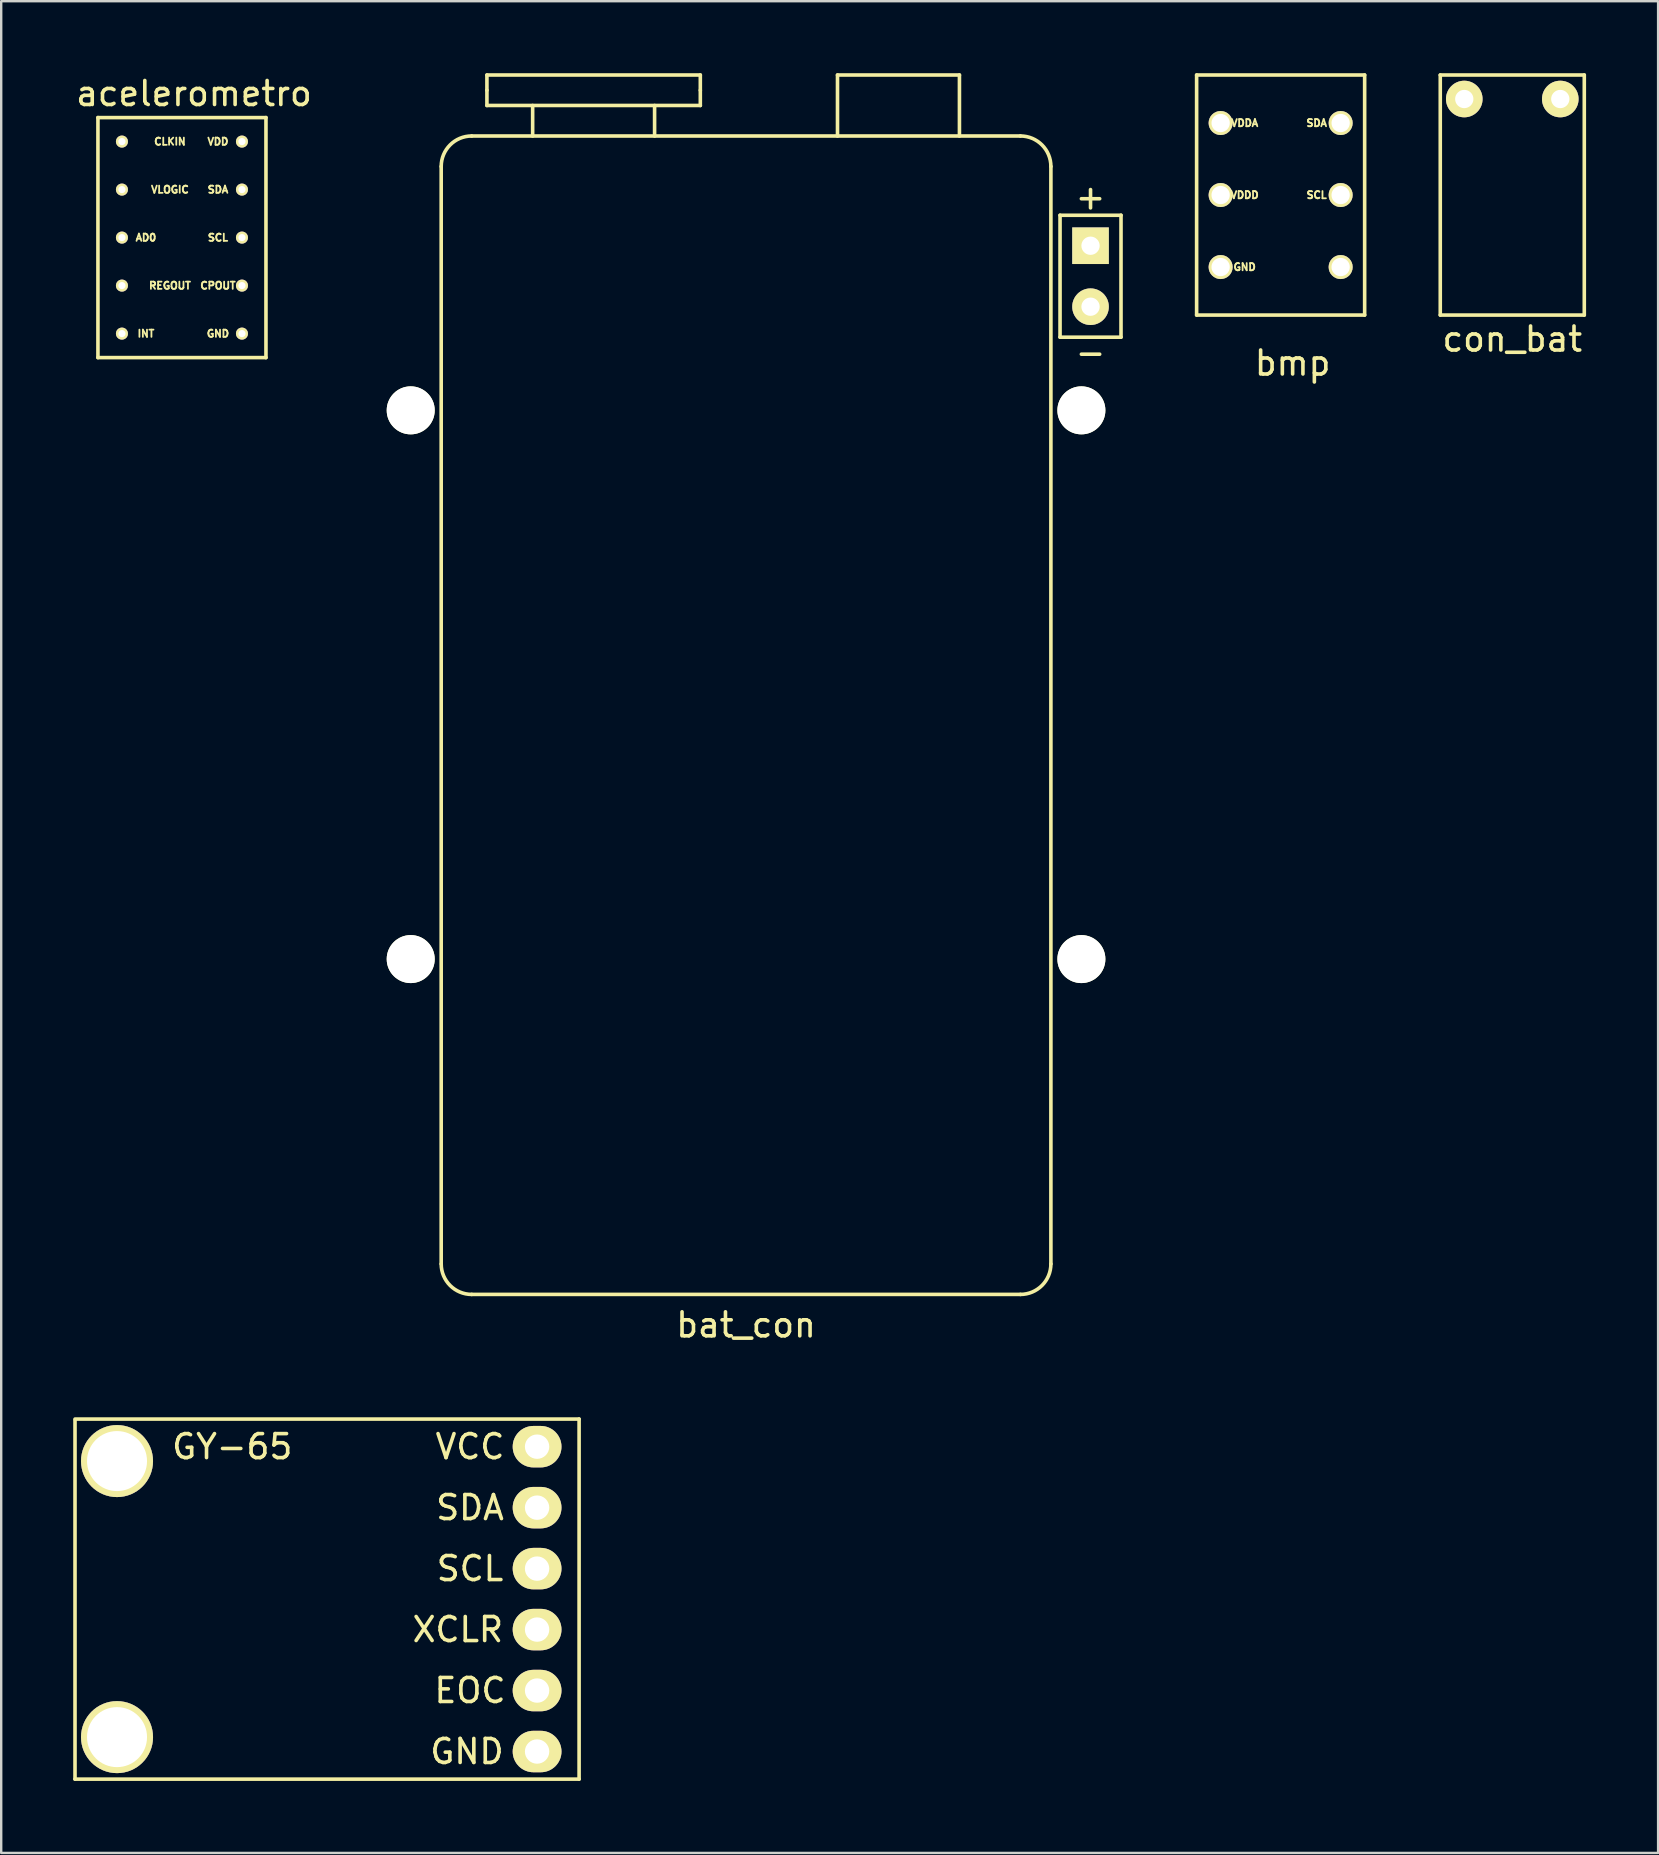
<source format=kicad_pcb>
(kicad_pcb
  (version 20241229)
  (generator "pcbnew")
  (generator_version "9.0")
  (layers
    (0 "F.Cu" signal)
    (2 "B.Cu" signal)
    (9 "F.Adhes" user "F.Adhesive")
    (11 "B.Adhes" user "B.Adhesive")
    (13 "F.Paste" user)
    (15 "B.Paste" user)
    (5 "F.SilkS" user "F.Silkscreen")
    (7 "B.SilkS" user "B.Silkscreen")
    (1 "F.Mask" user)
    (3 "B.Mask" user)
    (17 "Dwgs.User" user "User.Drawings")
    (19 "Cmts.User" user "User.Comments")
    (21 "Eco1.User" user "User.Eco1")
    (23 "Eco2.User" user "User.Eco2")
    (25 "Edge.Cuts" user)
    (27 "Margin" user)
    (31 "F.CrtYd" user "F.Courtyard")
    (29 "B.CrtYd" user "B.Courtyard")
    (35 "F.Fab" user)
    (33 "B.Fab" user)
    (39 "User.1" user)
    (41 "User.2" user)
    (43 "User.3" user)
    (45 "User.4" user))
  (footprint "acelerometro"
    (layer "F.Cu")
    (at 5.03 6.848)
    (property "Reference" "acelerometro" (at 0 -6 0) (layer "F.SilkS") (effects (font (size 1 1) (thickness 0.15))))
    (attr through_hole)
    (fp_line (start -4 -5) (end -4 5) (stroke (width 0.15) (type solid)) (layer "F.SilkS"))
    (fp_line (start -4 5) (end 3 5) (stroke (width 0.15) (type solid)) (layer "F.SilkS"))
    (fp_line (start 3 -5) (end -4 -5) (stroke (width 0.15) (type solid)) (layer "F.SilkS"))
    (fp_line (start 3 5) (end 3 -5) (stroke (width 0.15) (type solid)) (layer "F.SilkS"))
    (fp_text user "REGOUT" (at -1 2 0) (layer "F.SilkS") (effects (font (size 0.3 0.3) (thickness 0.075))))
    (fp_text user "AD0" (at -2 0 0) (layer "F.SilkS") (effects (font (size 0.3 0.3) (thickness 0.075))))
    (fp_text user "CLKIN" (at -1 -4 0) (layer "F.SilkS") (effects (font (size 0.3 0.3) (thickness 0.075))))
    (fp_text user "SDA" (at 1 -2 0) (layer "F.SilkS") (effects (font (size 0.3 0.3) (thickness 0.075))))
    (fp_text user "GND" (at 1 4 0) (layer "F.SilkS") (effects (font (size 0.3 0.3) (thickness 0.075))))
    (fp_text user "SCL" (at 1 0 0) (layer "F.SilkS") (effects (font (size 0.3 0.3) (thickness 0.075))))
    (fp_text user "INT" (at -2 4 0) (layer "F.SilkS") (effects (font (size 0.3 0.3) (thickness 0.075))))
    (fp_text user "VDD" (at 1 -4 0) (layer "F.SilkS") (effects (font (size 0.3 0.3) (thickness 0.075))))
    (fp_text user "CPOUT" (at 1 2 0) (layer "F.SilkS") (effects (font (size 0.3 0.3) (thickness 0.075))))
    (fp_text user "VLOGIC" (at -1 -2 0) (layer "F.SilkS") (effects (font (size 0.3 0.3) (thickness 0.075))))
    (pad "1" thru_hole circle (at -3 -4) (size 0.5 0.5) (drill 0.3) (layers "*.Cu" "*.Mask" "F.SilkS" "F.Paste"))
    (pad "2" thru_hole circle (at -3 -2) (size 0.5 0.5) (drill 0.3) (layers "*.Cu" "*.Mask" "F.SilkS" "F.Paste"))
    (pad "3" thru_hole circle (at -3 0) (size 0.5 0.5) (drill 0.3) (layers "*.Cu" "*.Mask" "F.SilkS" "F.Paste"))
    (pad "4" thru_hole circle (at -3 2) (size 0.5 0.5) (drill 0.3) (layers "*.Cu" "*.Mask" "F.SilkS" "F.Paste"))
    (pad "5" thru_hole circle (at -3 4) (size 0.5 0.5) (drill 0.3) (layers "*.Cu" "*.Mask" "F.SilkS" "F.Paste"))
    (pad "6" thru_hole circle (at 2 2) (size 0.5 0.5) (drill 0.3) (layers "*.Cu" "*.Mask" "F.SilkS" "F.Paste"))
    (pad "7" thru_hole circle (at 2 4) (size 0.5 0.5) (drill 0.3) (layers "*.Cu" "*.Mask" "F.SilkS" "F.Paste"))
    (pad "8" thru_hole circle (at 2 -2) (size 0.5 0.5) (drill 0.3) (layers "*.Cu" "*.Mask" "F.SilkS" "F.Paste"))
    (pad "9" thru_hole circle (at 2 -4) (size 0.5 0.5) (drill 0.3) (layers "*.Cu" "*.Mask" "F.SilkS" "F.Paste"))
    (pad "10" thru_hole circle (at 2 0) (size 0.5 0.5) (drill 0.3) (layers "*.Cu" "*.Mask" "F.SilkS" "F.Paste")))
  (footprint "GY-65"
    (layer "F.Cu")
    (at 19.325 57.218)
    (property "Reference" "GY-65" (at -12.7 0 0) (layer "F.SilkS") (effects (font (size 1 1) (thickness 0.15))))
    (attr through_hole)
    (fp_line (start -19.25 13.85) (end -19.25 -1.1) (stroke (width 0.15) (type solid)) (layer "F.SilkS"))
    (fp_line (start 1.75 -1.15) (end -19.25 -1.15) (stroke (width 0.15) (type solid)) (layer "F.SilkS"))
    (fp_line (start 1.75 -1.15) (end 1.75 13.85) (stroke (width 0.15) (type solid)) (layer "F.SilkS"))
    (fp_line (start 1.75 13.85) (end -19.25 13.85) (stroke (width 0.15) (type solid)) (layer "F.SilkS"))
    (fp_text user "GND" (at -2.921 12.7 0) (layer "F.SilkS") (effects (font (size 1 1) (thickness 0.15))))
    (fp_text user "SDA" (at -2.794 2.54 0) (layer "F.SilkS") (effects (font (size 1 1) (thickness 0.15))))
    (fp_text user "SCL" (at -2.794 5.08 0) (layer "F.SilkS") (effects (font (size 1 1) (thickness 0.15))))
    (fp_text user "VCC" (at -2.794 0 0) (layer "F.SilkS") (effects (font (size 1 1) (thickness 0.15))))
    (fp_text user "EOC" (at -2.794 10.16 0) (layer "F.SilkS") (effects (font (size 1 1) (thickness 0.15))))
    (fp_text user "XCLR" (at -3.302 7.62 0) (layer "F.SilkS") (effects (font (size 1 1) (thickness 0.15))))
    (pad "" thru_hole circle (at -17.5 0.6) (size 3 3) (drill 2.5) (layers "*.Cu" "*.Mask" "F.SilkS"))
    (pad "" thru_hole circle (at -17.5 12.1) (size 3 3) (drill 2.5) (layers "*.Cu" "*.Mask" "F.SilkS"))
    (pad "1" thru_hole oval (at 0 0) (size 2.032 1.727) (drill 1.016) (layers "*.Cu" "*.Mask" "F.SilkS"))
    (pad "2" thru_hole oval (at 0 2.54) (size 2.032 1.727) (drill 1.016) (layers "*.Cu" "*.Mask" "F.SilkS"))
    (pad "3" thru_hole oval (at 0 5.08) (size 2.032 1.727) (drill 1.016) (layers "*.Cu" "*.Mask" "F.SilkS"))
    (pad "4" thru_hole oval (at 0 7.62) (size 2.032 1.727) (drill 1.016) (layers "*.Cu" "*.Mask" "F.SilkS"))
    (pad "5" thru_hole oval (at 0 10.16) (size 2.032 1.727) (drill 1.016) (layers "*.Cu" "*.Mask" "F.SilkS"))
    (pad "6" thru_hole oval (at 0 12.7) (size 2.032 1.727) (drill 1.016) (layers "*.Cu" "*.Mask" "F.SilkS")))
  (footprint "bmp"
    (layer "F.Cu")
    (at 50.801 5.075)
    (property "Reference" "bmp" (at 0 7 0) (layer "F.SilkS") (effects (font (size 1 1) (thickness 0.15))))
    (attr through_hole)
    (fp_line (start -4 -5) (end 3 -5) (stroke (width 0.15) (type solid)) (layer "F.SilkS"))
    (fp_line (start -4 5) (end -4 -5) (stroke (width 0.15) (type solid)) (layer "F.SilkS"))
    (fp_line (start 3 -5) (end 3 5) (stroke (width 0.15) (type solid)) (layer "F.SilkS"))
    (fp_line (start 3 5) (end -4 5) (stroke (width 0.15) (type solid)) (layer "F.SilkS"))
    (fp_text user "VDDA" (at -2 -3 0) (layer "F.SilkS") (effects (font (size 0.3 0.3) (thickness 0.075))))
    (fp_text user "SCL" (at 1 0 0) (layer "F.SilkS") (effects (font (size 0.3 0.3) (thickness 0.075))))
    (fp_text user "VDDD" (at -2 0 0) (layer "F.SilkS") (effects (font (size 0.3 0.3) (thickness 0.075))))
    (fp_text user "GND" (at -2 3 0) (layer "F.SilkS") (effects (font (size 0.3 0.3) (thickness 0.075))))
    (fp_text user "SDA" (at 1 -3 0) (layer "F.SilkS") (effects (font (size 0.3 0.3) (thickness 0.075))))
    (pad "1" thru_hole circle (at -3 -3) (size 1 1) (drill 0.762) (layers "*.Cu" "*.Mask" "F.SilkS"))
    (pad "2" thru_hole circle (at -3 0) (size 1 1) (drill 0.762) (layers "*.Cu" "*.Mask" "F.SilkS"))
    (pad "3" thru_hole circle (at -3 3) (size 1 1) (drill 0.762) (layers "*.Cu" "*.Mask" "F.SilkS"))
    (pad "4" thru_hole circle (at 2 -3) (size 1 1) (drill 0.762) (layers "*.Cu" "*.Mask" "F.SilkS"))
    (pad "5" thru_hole circle (at 2 0) (size 1 1) (drill 0.762) (layers "*.Cu" "*.Mask" "F.SilkS"))
    (pad "6" thru_hole circle (at 2 3) (size 1 1) (drill 0.762) (layers "*.Cu" "*.Mask" "F.SilkS")))
  (footprint "con_bat"
    (layer "F.Cu")
    (at 59.951 5.075)
    (property "Reference" "con_bat" (at 0 6 0) (layer "F.SilkS") (effects (font (size 1 1) (thickness 0.15))))
    (attr through_hole)
    (fp_line (start -3 -5) (end 3 -5) (stroke (width 0.15) (type solid)) (layer "F.SilkS"))
    (fp_line (start -3 5) (end -3 -5) (stroke (width 0.15) (type solid)) (layer "F.SilkS"))
    (fp_line (start 3 -5) (end 3 5) (stroke (width 0.15) (type solid)) (layer "F.SilkS"))
    (fp_line (start 3 5) (end -3 5) (stroke (width 0.15) (type solid)) (layer "F.SilkS"))
    (pad "1" thru_hole circle (at -2 -4) (size 1.524 1.524) (drill 0.762) (layers "*.Cu" "*.Mask" "F.SilkS"))
    (pad "2" thru_hole circle (at 2 -4) (size 1.524 1.524) (drill 0.762) (layers "*.Cu" "*.Mask" "F.SilkS")))
  (footprint "bat_con"
    (layer "F.Cu")
    (at 28.03 25.475)
    (property "Reference" "bat_con" (at 0 26.67 0) (layer "F.SilkS") (effects (font (size 1 1) (thickness 0.15))))
    (attr through_hole)
    (fp_line (start -12.7 24.13) (end -12.7 -21.59) (stroke (width 0.15) (type solid)) (layer "F.SilkS"))
    (fp_line (start -11.43 -22.86) (end 11.43 -22.86) (stroke (width 0.15) (type solid)) (layer "F.SilkS"))
    (fp_line (start -10.795 -25.4) (end -1.905 -25.4) (stroke (width 0.15) (type solid)) (layer "F.SilkS"))
    (fp_line (start -10.795 -24.765) (end -10.795 -25.4) (stroke (width 0.15) (type solid)) (layer "F.SilkS"))
    (fp_line (start -10.795 -24.765) (end -10.795 -24.13) (stroke (width 0.15) (type solid)) (layer "F.SilkS"))
    (fp_line (start -10.795 -24.13) (end -1.905 -24.13) (stroke (width 0.15) (type solid)) (layer "F.SilkS"))
    (fp_line (start -8.89 -24.13) (end -8.89 -22.86) (stroke (width 0.15) (type solid)) (layer "F.SilkS"))
    (fp_line (start -3.81 -22.86) (end -3.81 -24.13) (stroke (width 0.15) (type solid)) (layer "F.SilkS"))
    (fp_line (start -1.905 -25.4) (end -1.905 -24.765) (stroke (width 0.15) (type solid)) (layer "F.SilkS"))
    (fp_line (start -1.905 -24.13) (end -1.905 -24.765) (stroke (width 0.15) (type solid)) (layer "F.SilkS"))
    (fp_line (start 3.81 -25.4) (end 8.89 -25.4) (stroke (width 0.15) (type solid)) (layer "F.SilkS"))
    (fp_line (start 3.81 -22.86) (end 3.81 -25.4) (stroke (width 0.15) (type solid)) (layer "F.SilkS"))
    (fp_line (start 8.89 -25.4) (end 8.89 -22.86) (stroke (width 0.15) (type solid)) (layer "F.SilkS"))
    (fp_line (start 11.43 25.4) (end -11.43 25.4) (stroke (width 0.15) (type solid)) (layer "F.SilkS"))
    (fp_line (start 12.7 -21.59) (end 12.7 24.13) (stroke (width 0.15) (type solid)) (layer "F.SilkS"))
    (fp_line (start 13.081 -19.558) (end 15.621 -19.558) (stroke (width 0.15) (type solid)) (layer "F.SilkS"))
    (fp_line (start 13.081 -14.478) (end 13.081 -19.558) (stroke (width 0.15) (type solid)) (layer "F.SilkS"))
    (fp_line (start 15.621 -19.558) (end 15.621 -14.478) (stroke (width 0.15) (type solid)) (layer "F.SilkS"))
    (fp_line (start 15.621 -14.478) (end 13.081 -14.478) (stroke (width 0.15) (type solid)) (layer "F.SilkS"))
    (fp_arc (start -12.7 -21.59) (mid -12.328026 -22.488026) (end -11.43 -22.86) (stroke (width 0.15) (type solid)) (layer "F.SilkS"))
    (fp_arc (start -11.43 25.4) (mid -12.328026 25.028026) (end -12.7 24.13) (stroke (width 0.15) (type solid)) (layer "F.SilkS"))
    (fp_arc (start 11.43 -22.86) (mid 12.328026 -22.488026) (end 12.7 -21.59) (stroke (width 0.15) (type solid)) (layer "F.SilkS"))
    (fp_arc (start 12.7 24.13) (mid 12.328026 25.028026) (end 11.43 25.4) (stroke (width 0.15) (type solid)) (layer "F.SilkS"))
    (fp_text user "+" (at 14.351 -20.32 0) (layer "F.SilkS") (effects (font (size 1 1) (thickness 0.15))))
    (fp_text user "-" (at 14.351 -13.843 0) (layer "F.SilkS") (effects (font (size 1 1) (thickness 0.15))))
    (pad "" np_thru_hole circle (at -13.97 -11.43) (size 2 2) (drill 2) (layers "*.Cu" "*.Mask" "F.SilkS"))
    (pad "" np_thru_hole circle (at -13.97 11.43) (size 2 2) (drill 2) (layers "*.Cu" "*.Mask" "F.SilkS"))
    (pad "" np_thru_hole circle (at 13.97 -11.43) (size 2 2) (drill 2) (layers "*.Cu" "*.Mask" "F.SilkS"))
    (pad "" np_thru_hole circle (at 13.97 11.43) (size 2 2) (drill 2) (layers "*.Cu" "*.Mask" "F.SilkS"))
    (pad "1" thru_hole rect (at 14.351 -18.288) (size 1.524 1.524) (drill 0.762) (layers "*.Cu" "*.Mask" "F.SilkS"))
    (pad "2" thru_hole circle (at 14.351 -15.748) (size 1.524 1.524) (drill 0.762) (layers "*.Cu" "*.Mask" "F.SilkS")))
  (gr_rect
    (start -3 -3)
    (end 66.026 74.143)
    (stroke (width 0.1) (type default))
    (fill no)
    (layer "Edge.Cuts")))
</source>
